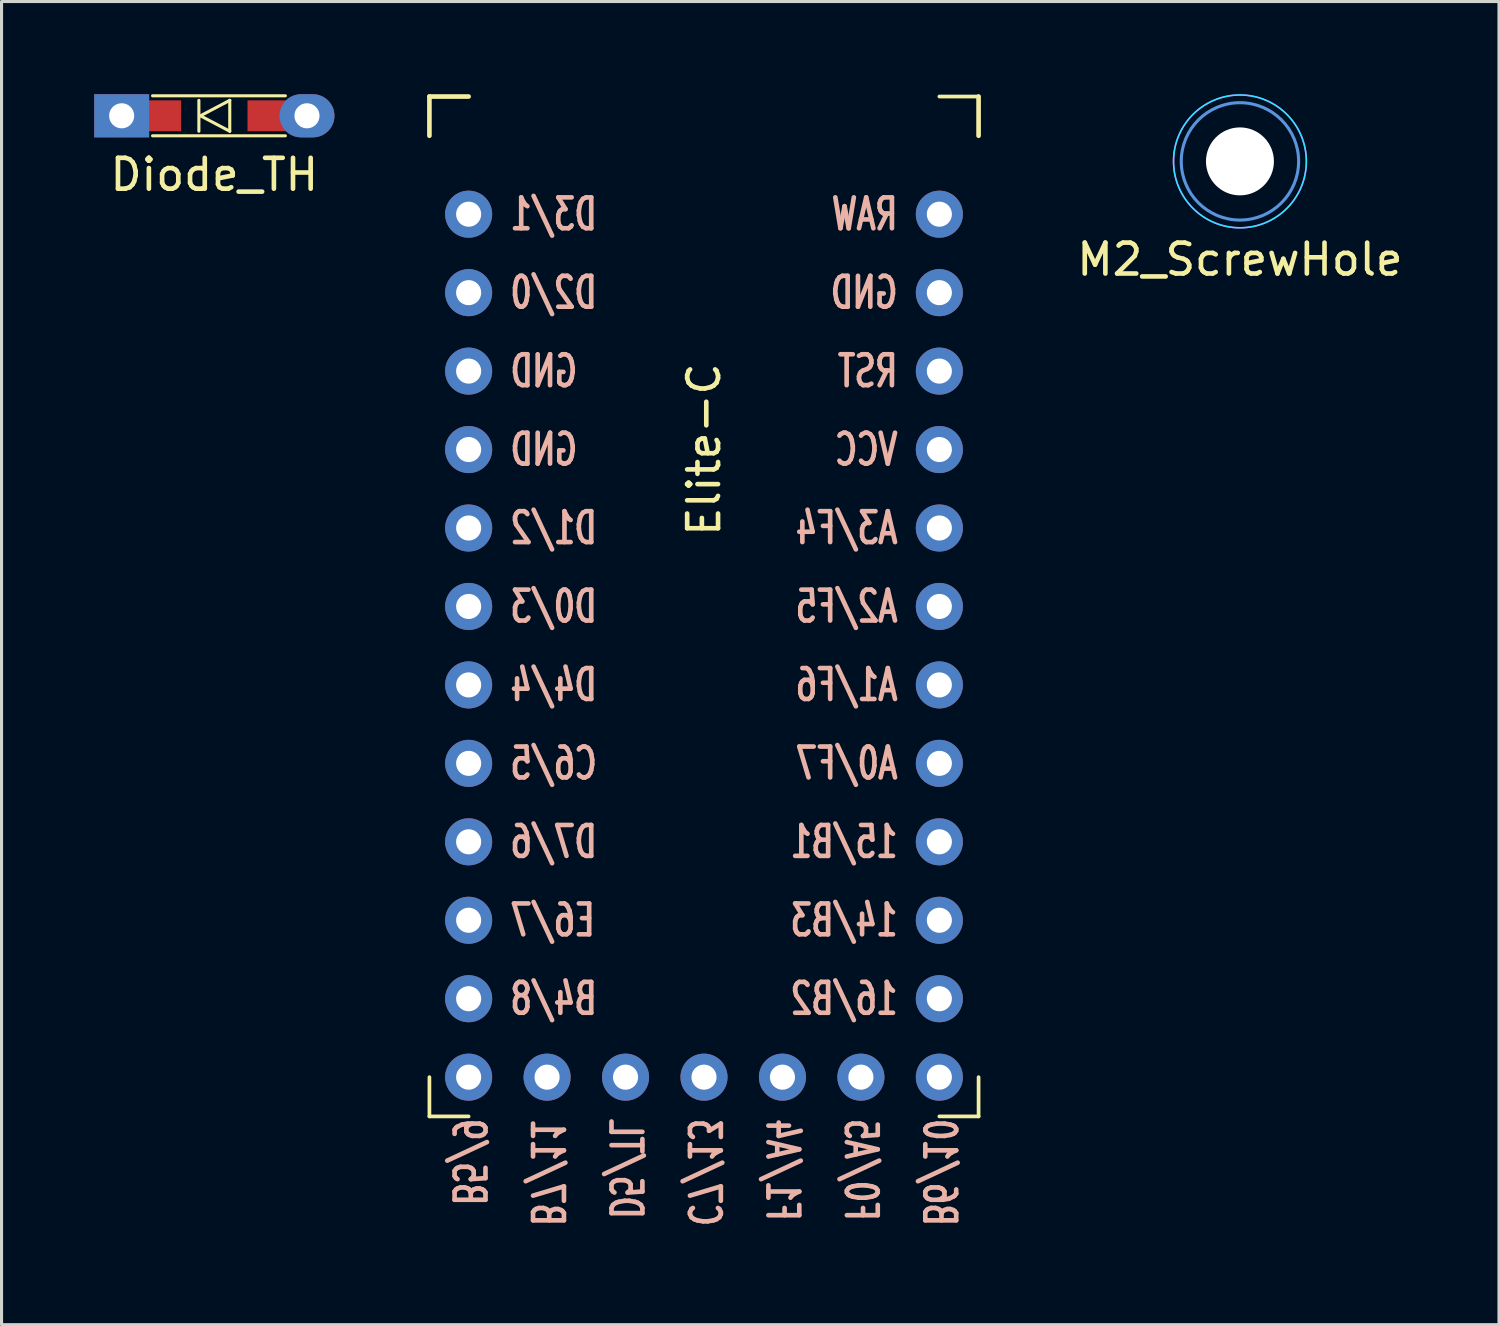
<source format=kicad_pcb>
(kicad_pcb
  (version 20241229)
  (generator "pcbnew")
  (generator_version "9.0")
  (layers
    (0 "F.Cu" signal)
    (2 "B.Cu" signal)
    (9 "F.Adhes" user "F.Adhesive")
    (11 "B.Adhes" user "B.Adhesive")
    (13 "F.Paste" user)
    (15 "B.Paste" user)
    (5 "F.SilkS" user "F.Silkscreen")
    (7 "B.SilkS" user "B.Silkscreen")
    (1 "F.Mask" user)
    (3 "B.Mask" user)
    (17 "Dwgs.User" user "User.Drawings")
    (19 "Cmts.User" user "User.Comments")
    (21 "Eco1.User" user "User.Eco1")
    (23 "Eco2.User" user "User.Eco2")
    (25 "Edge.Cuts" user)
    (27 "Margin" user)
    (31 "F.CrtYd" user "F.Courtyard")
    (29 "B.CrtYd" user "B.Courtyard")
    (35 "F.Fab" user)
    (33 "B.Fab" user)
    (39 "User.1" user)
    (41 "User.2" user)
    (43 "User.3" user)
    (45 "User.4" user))
  (footprint "Elite-C"
    (layer "F.Cu")
    (at 19.743 16.585)
    (property "Reference" "Elite-C" (at 0 -5.08 90) (unlocked yes) (layer "F.SilkS") (effects (font (size 1 1) (thickness 0.15))))
    (attr through_hole)
    (fp_line (start -8.89 -16.51) (end -8.89 -15.24) (stroke (width 0.15) (type solid)) (layer "F.SilkS"))
    (fp_line (start -8.89 -16.51) (end -7.62 -16.51) (stroke (width 0.15) (type solid)) (layer "F.SilkS"))
    (fp_line (start -8.89 16.51) (end -8.89 15.24) (stroke (width 0.12) (type solid)) (layer "F.SilkS"))
    (fp_line (start -8.89 16.51) (end -7.62 16.51) (stroke (width 0.12) (type solid)) (layer "F.SilkS"))
    (fp_line (start 8.89 -16.51) (end 7.62 -16.51) (stroke (width 0.12) (type solid)) (layer "F.SilkS"))
    (fp_line (start 8.89 -16.51) (end 8.89 -15.24) (stroke (width 0.15) (type solid)) (layer "F.SilkS"))
    (fp_line (start 8.89 16.51) (end 7.62 16.51) (stroke (width 0.12) (type solid)) (layer "F.SilkS"))
    (fp_line (start 8.89 16.51) (end 8.89 15.24) (stroke (width 0.12) (type solid)) (layer "F.SilkS"))
    (fp_text user "RAW" (at 6.35 -12.7 0) (unlocked yes) (layer "B.SilkS") (effects (font (size 1 0.7) (thickness 0.15)) (justify left mirror)))
    (fp_text user "F1/A4" (at 2.54 16.51 270) (unlocked yes) (layer "B.SilkS") (effects (font (size 1 0.7) (thickness 0.15)) (justify right mirror)))
    (fp_text user "D2/0" (at -6.35 -10.16 0) (unlocked yes) (layer "B.SilkS") (effects (font (size 1 0.7) (thickness 0.15)) (justify right mirror)))
    (fp_text user "B7/11" (at -5.08 16.51 270) (unlocked yes) (layer "B.SilkS") (effects (font (size 1 0.7) (thickness 0.15)) (justify right mirror)))
    (fp_text user "B4/8" (at -6.35 12.7 0) (unlocked yes) (layer "B.SilkS") (effects (font (size 1 0.7) (thickness 0.15)) (justify right mirror)))
    (fp_text user "B5/9" (at -7.62 16.51 270) (unlocked yes) (layer "B.SilkS") (effects (font (size 1 0.7) (thickness 0.15)) (justify right mirror)))
    (fp_text user "D3/1" (at -6.35 -12.7 0) (unlocked yes) (layer "B.SilkS") (effects (font (size 1 0.7) (thickness 0.15)) (justify right mirror)))
    (fp_text user "D0/3" (at -6.35 0 0) (unlocked yes) (layer "B.SilkS") (effects (font (size 1 0.7) (thickness 0.15)) (justify right mirror)))
    (fp_text user "F0/A5" (at 5.08 16.51 270) (unlocked yes) (layer "B.SilkS") (effects (font (size 1 0.7) (thickness 0.15)) (justify right mirror)))
    (fp_text user "RST" (at 6.35 -7.62 0) (unlocked yes) (layer "B.SilkS") (effects (font (size 1 0.7) (thickness 0.15)) (justify left mirror)))
    (fp_text user "E6/7" (at -6.35 10.16 0) (unlocked yes) (layer "B.SilkS") (effects (font (size 1 0.7) (thickness 0.15)) (justify right mirror)))
    (fp_text user "16/B2" (at 6.35 12.7 0) (unlocked yes) (layer "B.SilkS") (effects (font (size 1 0.7) (thickness 0.15)) (justify left mirror)))
    (fp_text user "A0/F7" (at 6.35 5.08 0) (unlocked yes) (layer "B.SilkS") (effects (font (size 1 0.7) (thickness 0.15)) (justify left mirror)))
    (fp_text user "D7/6" (at -6.35 7.62 0) (unlocked yes) (layer "B.SilkS") (effects (font (size 1 0.7) (thickness 0.15)) (justify right mirror)))
    (fp_text user "GND" (at -6.35 -7.62 0) (unlocked yes) (layer "B.SilkS") (effects (font (size 1 0.7) (thickness 0.15)) (justify right mirror)))
    (fp_text user "A1/F6" (at 6.35 2.54 0) (unlocked yes) (layer "B.SilkS") (effects (font (size 1 0.7) (thickness 0.15)) (justify left mirror)))
    (fp_text user "15/B1" (at 6.35 7.62 0) (unlocked yes) (layer "B.SilkS") (effects (font (size 1 0.7) (thickness 0.15)) (justify left mirror)))
    (fp_text user "A2/F5" (at 6.35 0 0) (unlocked yes) (layer "B.SilkS") (effects (font (size 1 0.7) (thickness 0.15)) (justify left mirror)))
    (fp_text user "14/B3" (at 6.35 10.16 0) (unlocked yes) (layer "B.SilkS") (effects (font (size 1 0.7) (thickness 0.15)) (justify left mirror)))
    (fp_text user "D1/2" (at -6.35 -2.54 0) (unlocked yes) (layer "B.SilkS") (effects (font (size 1 0.7) (thickness 0.15)) (justify right mirror)))
    (fp_text user "A3/F4" (at 6.35 -2.54 0) (unlocked yes) (layer "B.SilkS") (effects (font (size 1 0.7) (thickness 0.15)) (justify left mirror)))
    (fp_text user "VCC" (at 6.35 -5.08 0) (unlocked yes) (layer "B.SilkS") (effects (font (size 1 0.7) (thickness 0.15)) (justify left mirror)))
    (fp_text user "GND" (at 6.35 -10.16 0) (unlocked yes) (layer "B.SilkS") (effects (font (size 1 0.7) (thickness 0.15)) (justify left mirror)))
    (fp_text user "GND" (at -6.35 -5.08 0) (unlocked yes) (layer "B.SilkS") (effects (font (size 1 0.7) (thickness 0.15)) (justify right mirror)))
    (fp_text user "B6/10" (at 7.62 16.51 270) (unlocked yes) (layer "B.SilkS") (effects (font (size 1 0.7) (thickness 0.15)) (justify right mirror)))
    (fp_text user "D5/TL" (at -2.54 16.51 270) (unlocked yes) (layer "B.SilkS") (effects (font (size 1 0.7) (thickness 0.15)) (justify right mirror)))
    (fp_text user "C7/13" (at 0 16.51 270) (unlocked yes) (layer "B.SilkS") (effects (font (size 1 0.7) (thickness 0.15)) (justify right mirror)))
    (fp_text user "C6/5" (at -6.35 5.08 0) (unlocked yes) (layer "B.SilkS") (effects (font (size 1 0.7) (thickness 0.15)) (justify right mirror)))
    (fp_text user "D4/4" (at -6.35 2.54 0) (unlocked yes) (layer "B.SilkS") (effects (font (size 1 0.7) (thickness 0.15)) (justify right mirror)))
    (pad "1" thru_hole circle (at -7.62 -12.7) (size 1.524 1.524) (drill 0.813) (layers "*.Cu" "B.Mask"))
    (pad "2" thru_hole circle (at -7.62 -10.16) (size 1.524 1.524) (drill 0.813) (layers "*.Cu" "B.Mask"))
    (pad "3" thru_hole circle (at -7.62 -7.62) (size 1.524 1.524) (drill 0.813) (layers "*.Cu" "B.Mask"))
    (pad "4" thru_hole circle (at -7.62 -5.08) (size 1.524 1.524) (drill 0.813) (layers "*.Cu" "B.Mask"))
    (pad "5" thru_hole circle (at -7.62 -2.54) (size 1.524 1.524) (drill 0.813) (layers "*.Cu" "B.Mask"))
    (pad "6" thru_hole circle (at -7.62 0) (size 1.524 1.524) (drill 0.813) (layers "*.Cu" "B.Mask"))
    (pad "7" thru_hole circle (at -7.62 2.54) (size 1.524 1.524) (drill 0.813) (layers "*.Cu" "B.Mask"))
    (pad "8" thru_hole circle (at -7.62 5.08) (size 1.524 1.524) (drill 0.813) (layers "*.Cu" "B.Mask"))
    (pad "9" thru_hole circle (at -7.62 7.62) (size 1.524 1.524) (drill 0.813) (layers "*.Cu" "B.Mask"))
    (pad "10" thru_hole circle (at -7.62 10.16) (size 1.524 1.524) (drill 0.813) (layers "*.Cu" "B.Mask"))
    (pad "11" thru_hole circle (at -7.62 12.7) (size 1.524 1.524) (drill 0.813) (layers "*.Cu" "B.Mask"))
    (pad "12" thru_hole circle (at -7.62 15.24) (size 1.524 1.524) (drill 0.813) (layers "*.Cu" "B.Mask"))
    (pad "13" thru_hole circle (at 7.62 15.24) (size 1.524 1.524) (drill 0.813) (layers "*.Cu" "B.Mask"))
    (pad "14" thru_hole circle (at 7.62 12.7) (size 1.524 1.524) (drill 0.813) (layers "*.Cu" "B.Mask"))
    (pad "15" thru_hole circle (at 7.62 10.16) (size 1.524 1.524) (drill 0.813) (layers "*.Cu" "B.Mask"))
    (pad "16" thru_hole circle (at 7.62 7.62) (size 1.524 1.524) (drill 0.813) (layers "*.Cu" "B.Mask"))
    (pad "17" thru_hole circle (at 7.62 5.08) (size 1.524 1.524) (drill 0.813) (layers "*.Cu" "B.Mask"))
    (pad "18" thru_hole circle (at 7.62 2.54) (size 1.524 1.524) (drill 0.813) (layers "*.Cu" "B.Mask"))
    (pad "19" thru_hole circle (at 7.62 0) (size 1.524 1.524) (drill 0.813) (layers "*.Cu" "B.Mask"))
    (pad "20" thru_hole circle (at 7.62 -2.54) (size 1.524 1.524) (drill 0.813) (layers "*.Cu" "B.Mask"))
    (pad "21" thru_hole circle (at 7.62 -5.08) (size 1.524 1.524) (drill 0.813) (layers "*.Cu" "B.Mask"))
    (pad "22" thru_hole circle (at 7.62 -7.62) (size 1.524 1.524) (drill 0.813) (layers "*.Cu" "B.Mask"))
    (pad "23" thru_hole circle (at 7.62 -10.16) (size 1.524 1.524) (drill 0.813) (layers "*.Cu" "B.Mask"))
    (pad "24" thru_hole circle (at 7.62 -12.7) (size 1.524 1.524) (drill 0.813) (layers "*.Cu" "B.Mask"))
    (pad "27" thru_hole circle (at -5.08 15.24) (size 1.524 1.524) (drill 0.813) (layers "*.Cu" "B.Mask"))
    (pad "28" thru_hole circle (at -2.54 15.24) (size 1.524 1.524) (drill 0.813) (layers "*.Cu" "B.Mask"))
    (pad "29" thru_hole circle (at 0 15.24) (size 1.524 1.524) (drill 0.813) (layers "*.Cu" "B.Mask"))
    (pad "30" thru_hole circle (at 2.54 15.24) (size 1.524 1.524) (drill 0.813) (layers "*.Cu" "B.Mask"))
    (pad "31" thru_hole circle (at 5.08 15.24) (size 1.524 1.524) (drill 0.813) (layers "*.Cu" "B.Mask")))
  (footprint "Diode_TH"
    (layer "F.Cu")
    (at 3.889 0.699)
    (property "Reference" "Diode_TH" (at 0 1.905 0) (unlocked yes) (layer "F.SilkS") (effects (font (size 1 1) (thickness 0.15))))
    (attr smd)
    (fp_line (start -2 -0.648) (end 2.3 -0.648) (stroke (width 0.1) (type solid)) (layer "F.SilkS"))
    (fp_line (start -2 0.648) (end 2.3 0.648) (stroke (width 0.1) (type solid)) (layer "F.SilkS"))
    (fp_line (start -0.5 -0.5) (end -0.5 0.5) (stroke (width 0.1) (type solid)) (layer "F.SilkS"))
    (fp_line (start -0.45 0) (end 0.5 0.5) (stroke (width 0.1) (type solid)) (layer "F.SilkS"))
    (fp_line (start 0.5 -0.5) (end -0.45 0) (stroke (width 0.1) (type solid)) (layer "F.SilkS"))
    (fp_line (start 0.5 -0.5) (end 0.5 0.5) (stroke (width 0.1) (type solid)) (layer "F.SilkS"))
    (pad "1" thru_hole rect (at -3 0) (size 1.778 1.397) (drill 0.813) (layers "*.Cu" "F.Mask"))
    (pad "1" smd rect (at -1.775 0) (size 1.4 1) (layers "F.Cu" "F.Mask" "F.Paste"))
    (pad "2" smd rect (at 1.775 0) (size 1.4 1) (layers "F.Cu" "F.Mask" "F.Paste"))
    (pad "2" thru_hole oval (at 3 0) (size 1.778 1.397) (drill 0.813) (layers "*.Cu" "F.Mask")))
  (footprint "M2_ScrewHole"
    (layer "F.Cu")
    (at 37.095 2.175)
    (property "Reference" "M2_ScrewHole" (at 0 3.175 0) (unlocked yes) (layer "F.SilkS") (effects (font (size 1 1) (thickness 0.15))))
    (attr through_hole)
    (fp_circle (center 0 0) (end 1.9 0) (stroke (width 0.1) (type solid)) (fill no) (layer "Cmts.User"))
    (fp_circle (center 0 0) (end 2.15 0) (stroke (width 0.05) (type solid)) (fill no) (layer "B.CrtYd"))
    (fp_circle (center 0 0) (end 2.15 0) (stroke (width 0.05) (type solid)) (fill no) (layer "F.CrtYd"))
    (pad "" np_thru_hole circle (at 0 0) (size 2.2 2.2) (drill 2.2) (layers "*.Cu" "*.Mask")))
  (gr_rect
    (start -3 -3)
    (end 45.482 39.838)
    (stroke (width 0.1) (type default))
    (fill no)
    (layer "Edge.Cuts")))
</source>
